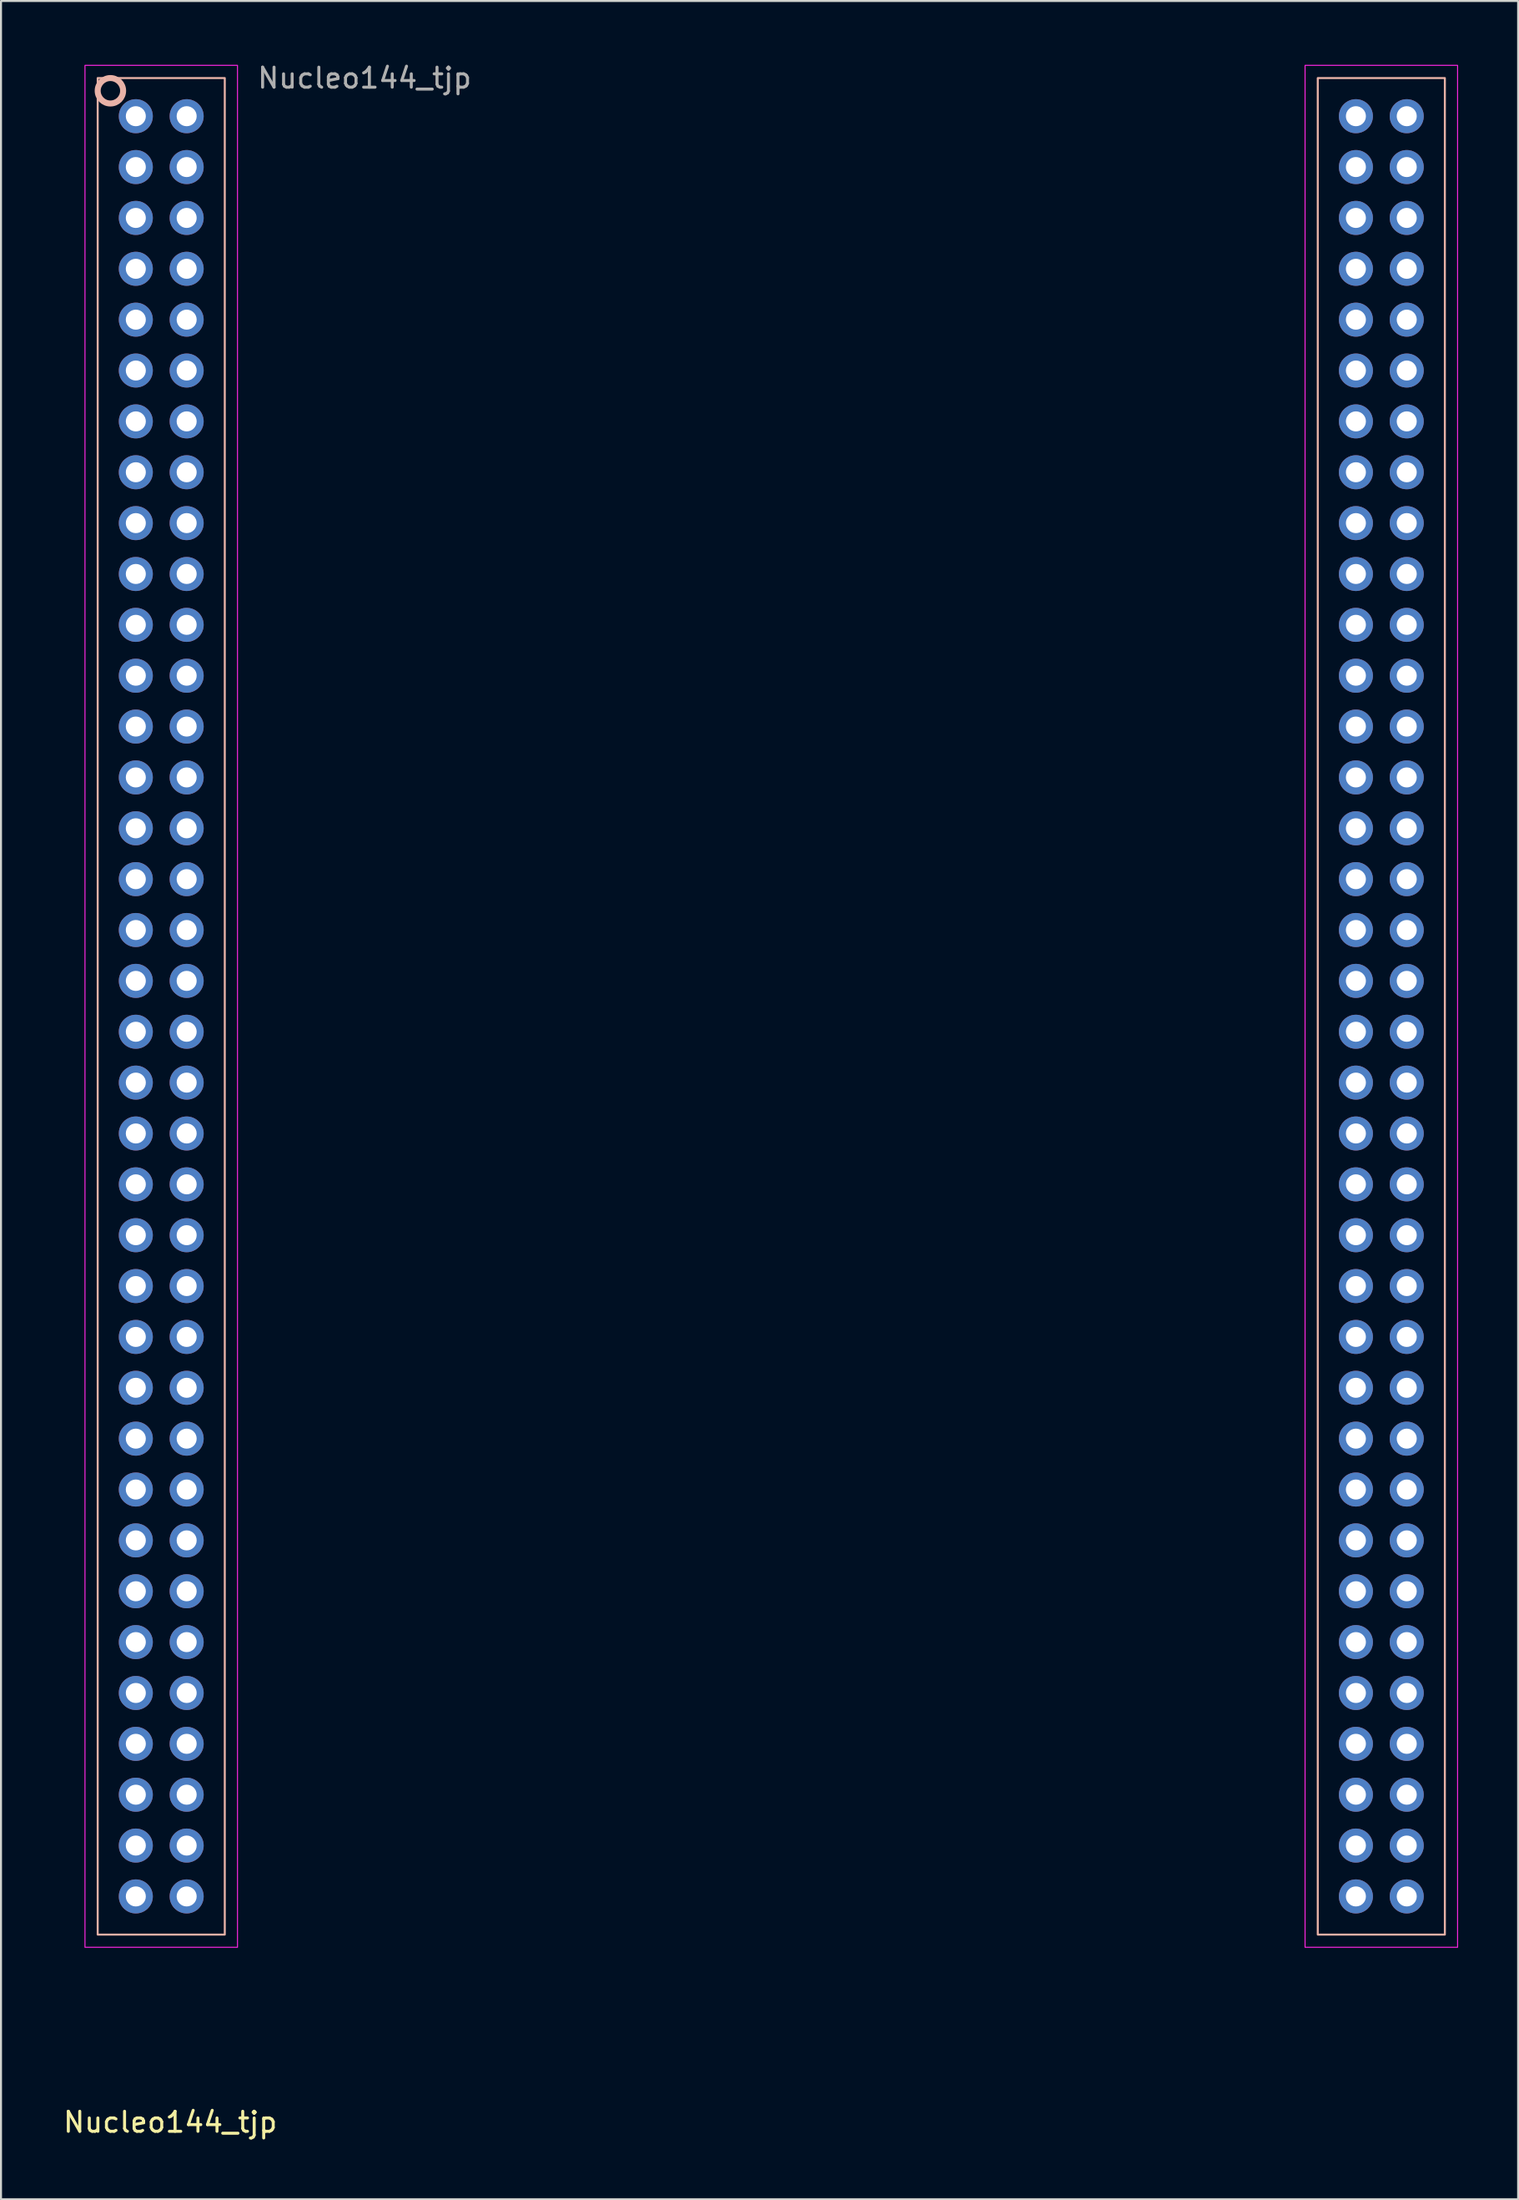
<source format=kicad_pcb>
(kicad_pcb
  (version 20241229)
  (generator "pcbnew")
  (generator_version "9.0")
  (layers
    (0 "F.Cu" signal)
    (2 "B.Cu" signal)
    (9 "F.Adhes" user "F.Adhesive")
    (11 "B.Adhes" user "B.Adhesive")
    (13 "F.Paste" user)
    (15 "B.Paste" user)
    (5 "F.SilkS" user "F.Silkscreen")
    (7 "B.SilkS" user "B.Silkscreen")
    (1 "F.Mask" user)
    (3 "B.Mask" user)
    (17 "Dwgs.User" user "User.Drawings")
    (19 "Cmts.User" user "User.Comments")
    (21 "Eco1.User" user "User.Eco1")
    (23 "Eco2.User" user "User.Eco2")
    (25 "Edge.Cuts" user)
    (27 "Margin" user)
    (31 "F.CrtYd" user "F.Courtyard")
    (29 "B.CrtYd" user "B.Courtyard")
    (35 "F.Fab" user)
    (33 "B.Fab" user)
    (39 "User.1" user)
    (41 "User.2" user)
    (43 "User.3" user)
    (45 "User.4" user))
  (footprint "Nucleo144_tjp"
    (layer "F.Cu")
    (at 3.736 2.753)
    (property "Reference" "Nucleo144_tjp" (at 1.723 100.174 180) (layer "F.SilkS") (effects (font (size 1 1) (thickness 0.15))))
    (attr through_hole)
    (fp_rect (start -1.905 -1.905) (end 4.445 90.805) (stroke (width 0.1) (type default)) (fill no) (layer "B.SilkS"))
    (fp_rect (start 59.055 -1.905) (end 65.405 90.805) (stroke (width 0.1) (type default)) (fill no) (layer "B.SilkS"))
    (fp_circle (center -1.27 -1.27) (end -0.635 -1.27) (stroke (width 0.3) (type default)) (fill no) (layer "B.SilkS"))
    (fp_rect (start -2.54 -2.54) (end 5.08 91.44) (stroke (width 0.05) (type default)) (fill no) (layer "F.CrtYd"))
    (fp_rect (start 58.42 -2.54) (end 66.04 91.44) (stroke (width 0.05) (type default)) (fill no) (layer "F.CrtYd"))
    (fp_text user "${REFERENCE}" (at 11.43 -1.905 180) (layer "F.Fab") (effects (font (size 1 1) (thickness 0.15))))
    (pad "1" thru_hole circle (at 0 0) (size 1.7 1.7) (drill 1) (layers "*.Cu" "*.Mask"))
    (pad "2" thru_hole circle (at 2.54 0) (size 1.7 1.7) (drill 1) (layers "*.Cu" "*.Mask"))
    (pad "3" thru_hole circle (at 0 2.54) (size 1.7 1.7) (drill 1) (layers "*.Cu" "*.Mask"))
    (pad "4" thru_hole circle (at 2.54 2.54) (size 1.7 1.7) (drill 1) (layers "*.Cu" "*.Mask"))
    (pad "5" thru_hole circle (at 0 5.08) (size 1.7 1.7) (drill 1) (layers "*.Cu" "*.Mask"))
    (pad "6" thru_hole circle (at 2.54 5.08) (size 1.7 1.7) (drill 1) (layers "*.Cu" "*.Mask"))
    (pad "7" thru_hole circle (at 0 7.62) (size 1.7 1.7) (drill 1) (layers "*.Cu" "*.Mask"))
    (pad "8" thru_hole circle (at 2.54 7.62) (size 1.7 1.7) (drill 1) (layers "*.Cu" "*.Mask"))
    (pad "9" thru_hole circle (at 0 10.16) (size 1.7 1.7) (drill 1) (layers "*.Cu" "*.Mask"))
    (pad "10" thru_hole circle (at 2.54 10.16) (size 1.7 1.7) (drill 1) (layers "*.Cu" "*.Mask"))
    (pad "11" thru_hole circle (at 0 12.7) (size 1.7 1.7) (drill 1) (layers "*.Cu" "*.Mask"))
    (pad "12" thru_hole circle (at 2.54 12.7) (size 1.7 1.7) (drill 1) (layers "*.Cu" "*.Mask"))
    (pad "13" thru_hole circle (at 0 15.24) (size 1.7 1.7) (drill 1) (layers "*.Cu" "*.Mask"))
    (pad "14" thru_hole circle (at 2.54 15.24) (size 1.7 1.7) (drill 1) (layers "*.Cu" "*.Mask"))
    (pad "15" thru_hole circle (at 0 17.78) (size 1.7 1.7) (drill 1) (layers "*.Cu" "*.Mask"))
    (pad "16" thru_hole circle (at 2.54 17.78) (size 1.7 1.7) (drill 1) (layers "*.Cu" "*.Mask"))
    (pad "17" thru_hole circle (at 0 20.32) (size 1.7 1.7) (drill 1) (layers "*.Cu" "*.Mask"))
    (pad "18" thru_hole circle (at 2.54 20.32) (size 1.7 1.7) (drill 1) (layers "*.Cu" "*.Mask"))
    (pad "19" thru_hole circle (at 0 22.86) (size 1.7 1.7) (drill 1) (layers "*.Cu" "*.Mask"))
    (pad "20" thru_hole circle (at 2.54 22.86) (size 1.7 1.7) (drill 1) (layers "*.Cu" "*.Mask"))
    (pad "21" thru_hole circle (at 0 25.4) (size 1.7 1.7) (drill 1) (layers "*.Cu" "*.Mask"))
    (pad "22" thru_hole circle (at 2.54 25.4) (size 1.7 1.7) (drill 1) (layers "*.Cu" "*.Mask"))
    (pad "23" thru_hole circle (at 0 27.94) (size 1.7 1.7) (drill 1) (layers "*.Cu" "*.Mask"))
    (pad "24" thru_hole circle (at 2.54 27.94) (size 1.7 1.7) (drill 1) (layers "*.Cu" "*.Mask"))
    (pad "25" thru_hole circle (at 0 30.48) (size 1.7 1.7) (drill 1) (layers "*.Cu" "*.Mask"))
    (pad "26" thru_hole circle (at 2.54 30.48) (size 1.7 1.7) (drill 1) (layers "*.Cu" "*.Mask"))
    (pad "27" thru_hole circle (at 0 33.02) (size 1.7 1.7) (drill 1) (layers "*.Cu" "*.Mask"))
    (pad "28" thru_hole circle (at 2.54 33.02) (size 1.7 1.7) (drill 1) (layers "*.Cu" "*.Mask"))
    (pad "29" thru_hole circle (at 0 35.56) (size 1.7 1.7) (drill 1) (layers "*.Cu" "*.Mask"))
    (pad "30" thru_hole circle (at 2.54 35.56) (size 1.7 1.7) (drill 1) (layers "*.Cu" "*.Mask"))
    (pad "31" thru_hole circle (at 0 38.1) (size 1.7 1.7) (drill 1) (layers "*.Cu" "*.Mask"))
    (pad "32" thru_hole circle (at 2.54 38.1) (size 1.7 1.7) (drill 1) (layers "*.Cu" "*.Mask"))
    (pad "33" thru_hole circle (at 0 40.64) (size 1.7 1.7) (drill 1) (layers "*.Cu" "*.Mask"))
    (pad "34" thru_hole circle (at 2.54 40.64) (size 1.7 1.7) (drill 1) (layers "*.Cu" "*.Mask"))
    (pad "35" thru_hole circle (at 0 43.18) (size 1.7 1.7) (drill 1) (layers "*.Cu" "*.Mask"))
    (pad "36" thru_hole circle (at 2.54 43.18) (size 1.7 1.7) (drill 1) (layers "*.Cu" "*.Mask"))
    (pad "37" thru_hole circle (at 0 45.72) (size 1.7 1.7) (drill 1) (layers "*.Cu" "*.Mask"))
    (pad "38" thru_hole circle (at 2.54 45.72) (size 1.7 1.7) (drill 1) (layers "*.Cu" "*.Mask"))
    (pad "39" thru_hole circle (at 0 48.26) (size 1.7 1.7) (drill 1) (layers "*.Cu" "*.Mask"))
    (pad "40" thru_hole circle (at 2.54 48.26) (size 1.7 1.7) (drill 1) (layers "*.Cu" "*.Mask"))
    (pad "41" thru_hole circle (at 0 50.8) (size 1.7 1.7) (drill 1) (layers "*.Cu" "*.Mask"))
    (pad "42" thru_hole circle (at 2.54 50.8) (size 1.7 1.7) (drill 1) (layers "*.Cu" "*.Mask"))
    (pad "43" thru_hole circle (at 0 53.34) (size 1.7 1.7) (drill 1) (layers "*.Cu" "*.Mask"))
    (pad "44" thru_hole circle (at 2.54 53.34) (size 1.7 1.7) (drill 1) (layers "*.Cu" "*.Mask"))
    (pad "45" thru_hole circle (at 0 55.88) (size 1.7 1.7) (drill 1) (layers "*.Cu" "*.Mask"))
    (pad "46" thru_hole circle (at 2.54 55.88) (size 1.7 1.7) (drill 1) (layers "*.Cu" "*.Mask"))
    (pad "47" thru_hole circle (at 0 58.42) (size 1.7 1.7) (drill 1) (layers "*.Cu" "*.Mask"))
    (pad "48" thru_hole circle (at 2.54 58.42) (size 1.7 1.7) (drill 1) (layers "*.Cu" "*.Mask"))
    (pad "49" thru_hole circle (at 0 60.96) (size 1.7 1.7) (drill 1) (layers "*.Cu" "*.Mask"))
    (pad "50" thru_hole circle (at 2.54 60.96) (size 1.7 1.7) (drill 1) (layers "*.Cu" "*.Mask"))
    (pad "51" thru_hole circle (at 0 63.5) (size 1.7 1.7) (drill 1) (layers "*.Cu" "*.Mask"))
    (pad "52" thru_hole circle (at 2.54 63.5) (size 1.7 1.7) (drill 1) (layers "*.Cu" "*.Mask"))
    (pad "53" thru_hole circle (at 0 66.04) (size 1.7 1.7) (drill 1) (layers "*.Cu" "*.Mask"))
    (pad "54" thru_hole circle (at 2.54 66.04) (size 1.7 1.7) (drill 1) (layers "*.Cu" "*.Mask"))
    (pad "55" thru_hole circle (at 0 68.58) (size 1.7 1.7) (drill 1) (layers "*.Cu" "*.Mask"))
    (pad "56" thru_hole circle (at 2.54 68.58) (size 1.7 1.7) (drill 1) (layers "*.Cu" "*.Mask"))
    (pad "57" thru_hole circle (at 0 71.12) (size 1.7 1.7) (drill 1) (layers "*.Cu" "*.Mask"))
    (pad "58" thru_hole circle (at 2.54 71.12) (size 1.7 1.7) (drill 1) (layers "*.Cu" "*.Mask"))
    (pad "59" thru_hole circle (at 0 73.66) (size 1.7 1.7) (drill 1) (layers "*.Cu" "*.Mask"))
    (pad "60" thru_hole circle (at 2.54 73.66) (size 1.7 1.7) (drill 1) (layers "*.Cu" "*.Mask"))
    (pad "61" thru_hole circle (at 0 76.2) (size 1.7 1.7) (drill 1) (layers "*.Cu" "*.Mask"))
    (pad "62" thru_hole circle (at 2.54 76.2) (size 1.7 1.7) (drill 1) (layers "*.Cu" "*.Mask"))
    (pad "63" thru_hole circle (at 0 78.74) (size 1.7 1.7) (drill 1) (layers "*.Cu" "*.Mask"))
    (pad "64" thru_hole circle (at 2.54 78.74) (size 1.7 1.7) (drill 1) (layers "*.Cu" "*.Mask"))
    (pad "65" thru_hole circle (at 0 81.28) (size 1.7 1.7) (drill 1) (layers "*.Cu" "*.Mask"))
    (pad "66" thru_hole circle (at 2.54 81.28) (size 1.7 1.7) (drill 1) (layers "*.Cu" "*.Mask"))
    (pad "67" thru_hole circle (at 0 83.82) (size 1.7 1.7) (drill 1) (layers "*.Cu" "*.Mask"))
    (pad "68" thru_hole circle (at 2.54 83.82) (size 1.7 1.7) (drill 1) (layers "*.Cu" "*.Mask"))
    (pad "69" thru_hole circle (at 0 86.36) (size 1.7 1.7) (drill 1) (layers "*.Cu" "*.Mask"))
    (pad "70" thru_hole circle (at 2.54 86.36) (size 1.7 1.7) (drill 1) (layers "*.Cu" "*.Mask"))
    (pad "71" thru_hole circle (at 0 88.9) (size 1.7 1.7) (drill 1) (layers "*.Cu" "*.Mask"))
    (pad "72" thru_hole circle (at 2.54 88.9) (size 1.7 1.7) (drill 1) (layers "*.Cu" "*.Mask"))
    (pad "73" thru_hole circle (at 60.96 0) (size 1.7 1.7) (drill 1) (layers "*.Cu" "*.Mask"))
    (pad "74" thru_hole circle (at 63.5 0) (size 1.7 1.7) (drill 1) (layers "*.Cu" "*.Mask"))
    (pad "75" thru_hole circle (at 60.96 2.54) (size 1.7 1.7) (drill 1) (layers "*.Cu" "*.Mask"))
    (pad "76" thru_hole circle (at 63.5 2.54) (size 1.7 1.7) (drill 1) (layers "*.Cu" "*.Mask"))
    (pad "77" thru_hole circle (at 60.96 5.08) (size 1.7 1.7) (drill 1) (layers "*.Cu" "*.Mask"))
    (pad "78" thru_hole circle (at 63.5 5.08) (size 1.7 1.7) (drill 1) (layers "*.Cu" "*.Mask"))
    (pad "79" thru_hole circle (at 60.96 7.62) (size 1.7 1.7) (drill 1) (layers "*.Cu" "*.Mask"))
    (pad "80" thru_hole circle (at 63.5 7.62) (size 1.7 1.7) (drill 1) (layers "*.Cu" "*.Mask"))
    (pad "81" thru_hole circle (at 60.96 10.16) (size 1.7 1.7) (drill 1) (layers "*.Cu" "*.Mask"))
    (pad "82" thru_hole circle (at 63.5 10.16) (size 1.7 1.7) (drill 1) (layers "*.Cu" "*.Mask"))
    (pad "83" thru_hole circle (at 60.96 12.7) (size 1.7 1.7) (drill 1) (layers "*.Cu" "*.Mask"))
    (pad "84" thru_hole circle (at 63.5 12.7) (size 1.7 1.7) (drill 1) (layers "*.Cu" "*.Mask"))
    (pad "85" thru_hole circle (at 60.96 15.24) (size 1.7 1.7) (drill 1) (layers "*.Cu" "*.Mask"))
    (pad "86" thru_hole circle (at 63.5 15.24) (size 1.7 1.7) (drill 1) (layers "*.Cu" "*.Mask"))
    (pad "87" thru_hole circle (at 60.96 17.78) (size 1.7 1.7) (drill 1) (layers "*.Cu" "*.Mask"))
    (pad "88" thru_hole circle (at 63.5 17.78) (size 1.7 1.7) (drill 1) (layers "*.Cu" "*.Mask"))
    (pad "89" thru_hole circle (at 60.96 20.32) (size 1.7 1.7) (drill 1) (layers "*.Cu" "*.Mask"))
    (pad "90" thru_hole circle (at 63.5 20.32) (size 1.7 1.7) (drill 1) (layers "*.Cu" "*.Mask"))
    (pad "91" thru_hole circle (at 60.96 22.86) (size 1.7 1.7) (drill 1) (layers "*.Cu" "*.Mask"))
    (pad "92" thru_hole circle (at 63.5 22.86) (size 1.7 1.7) (drill 1) (layers "*.Cu" "*.Mask"))
    (pad "93" thru_hole circle (at 60.96 25.4) (size 1.7 1.7) (drill 1) (layers "*.Cu" "*.Mask"))
    (pad "94" thru_hole circle (at 63.5 25.4) (size 1.7 1.7) (drill 1) (layers "*.Cu" "*.Mask"))
    (pad "95" thru_hole circle (at 60.96 27.94) (size 1.7 1.7) (drill 1) (layers "*.Cu" "*.Mask"))
    (pad "96" thru_hole circle (at 63.5 27.94) (size 1.7 1.7) (drill 1) (layers "*.Cu" "*.Mask"))
    (pad "97" thru_hole circle (at 60.96 30.48) (size 1.7 1.7) (drill 1) (layers "*.Cu" "*.Mask"))
    (pad "98" thru_hole circle (at 63.5 30.48) (size 1.7 1.7) (drill 1) (layers "*.Cu" "*.Mask"))
    (pad "99" thru_hole circle (at 60.96 33.02) (size 1.7 1.7) (drill 1) (layers "*.Cu" "*.Mask"))
    (pad "100" thru_hole circle (at 63.5 33.02) (size 1.7 1.7) (drill 1) (layers "*.Cu" "*.Mask"))
    (pad "101" thru_hole circle (at 60.96 35.56) (size 1.7 1.7) (drill 1) (layers "*.Cu" "*.Mask"))
    (pad "102" thru_hole circle (at 63.5 35.56) (size 1.7 1.7) (drill 1) (layers "*.Cu" "*.Mask"))
    (pad "103" thru_hole circle (at 60.96 38.1) (size 1.7 1.7) (drill 1) (layers "*.Cu" "*.Mask"))
    (pad "104" thru_hole circle (at 63.5 38.1) (size 1.7 1.7) (drill 1) (layers "*.Cu" "*.Mask"))
    (pad "105" thru_hole circle (at 60.96 40.64) (size 1.7 1.7) (drill 1) (layers "*.Cu" "*.Mask"))
    (pad "106" thru_hole circle (at 63.5 40.64) (size 1.7 1.7) (drill 1) (layers "*.Cu" "*.Mask"))
    (pad "107" thru_hole circle (at 60.96 43.18) (size 1.7 1.7) (drill 1) (layers "*.Cu" "*.Mask"))
    (pad "108" thru_hole circle (at 63.5 43.18) (size 1.7 1.7) (drill 1) (layers "*.Cu" "*.Mask"))
    (pad "109" thru_hole circle (at 60.96 45.72) (size 1.7 1.7) (drill 1) (layers "*.Cu" "*.Mask"))
    (pad "110" thru_hole circle (at 63.5 45.72) (size 1.7 1.7) (drill 1) (layers "*.Cu" "*.Mask"))
    (pad "111" thru_hole circle (at 60.96 48.26) (size 1.7 1.7) (drill 1) (layers "*.Cu" "*.Mask"))
    (pad "112" thru_hole circle (at 63.5 48.26) (size 1.7 1.7) (drill 1) (layers "*.Cu" "*.Mask"))
    (pad "113" thru_hole circle (at 60.96 50.8) (size 1.7 1.7) (drill 1) (layers "*.Cu" "*.Mask"))
    (pad "114" thru_hole circle (at 63.5 50.8) (size 1.7 1.7) (drill 1) (layers "*.Cu" "*.Mask"))
    (pad "115" thru_hole circle (at 60.96 53.34) (size 1.7 1.7) (drill 1) (layers "*.Cu" "*.Mask"))
    (pad "116" thru_hole circle (at 63.5 53.34) (size 1.7 1.7) (drill 1) (layers "*.Cu" "*.Mask"))
    (pad "117" thru_hole circle (at 60.96 55.88) (size 1.7 1.7) (drill 1) (layers "*.Cu" "*.Mask"))
    (pad "118" thru_hole circle (at 63.5 55.88) (size 1.7 1.7) (drill 1) (layers "*.Cu" "*.Mask"))
    (pad "119" thru_hole circle (at 60.96 58.42) (size 1.7 1.7) (drill 1) (layers "*.Cu" "*.Mask"))
    (pad "120" thru_hole circle (at 63.5 58.42) (size 1.7 1.7) (drill 1) (layers "*.Cu" "*.Mask"))
    (pad "121" thru_hole circle (at 60.96 60.96) (size 1.7 1.7) (drill 1) (layers "*.Cu" "*.Mask"))
    (pad "122" thru_hole circle (at 63.5 60.96) (size 1.7 1.7) (drill 1) (layers "*.Cu" "*.Mask"))
    (pad "123" thru_hole circle (at 60.96 63.5) (size 1.7 1.7) (drill 1) (layers "*.Cu" "*.Mask"))
    (pad "124" thru_hole circle (at 63.5 63.5) (size 1.7 1.7) (drill 1) (layers "*.Cu" "*.Mask"))
    (pad "125" thru_hole circle (at 60.96 66.04) (size 1.7 1.7) (drill 1) (layers "*.Cu" "*.Mask"))
    (pad "126" thru_hole circle (at 63.5 66.04) (size 1.7 1.7) (drill 1) (layers "*.Cu" "*.Mask"))
    (pad "127" thru_hole circle (at 60.96 68.58) (size 1.7 1.7) (drill 1) (layers "*.Cu" "*.Mask"))
    (pad "128" thru_hole circle (at 63.5 68.58) (size 1.7 1.7) (drill 1) (layers "*.Cu" "*.Mask"))
    (pad "129" thru_hole circle (at 60.96 71.12) (size 1.7 1.7) (drill 1) (layers "*.Cu" "*.Mask"))
    (pad "130" thru_hole circle (at 63.5 71.12) (size 1.7 1.7) (drill 1) (layers "*.Cu" "*.Mask"))
    (pad "131" thru_hole circle (at 60.96 73.66) (size 1.7 1.7) (drill 1) (layers "*.Cu" "*.Mask"))
    (pad "132" thru_hole circle (at 63.5 73.66) (size 1.7 1.7) (drill 1) (layers "*.Cu" "*.Mask"))
    (pad "133" thru_hole circle (at 60.96 76.2) (size 1.7 1.7) (drill 1) (layers "*.Cu" "*.Mask"))
    (pad "134" thru_hole circle (at 63.5 76.2) (size 1.7 1.7) (drill 1) (layers "*.Cu" "*.Mask"))
    (pad "135" thru_hole circle (at 60.96 78.74) (size 1.7 1.7) (drill 1) (layers "*.Cu" "*.Mask"))
    (pad "136" thru_hole circle (at 63.5 78.74) (size 1.7 1.7) (drill 1) (layers "*.Cu" "*.Mask"))
    (pad "137" thru_hole circle (at 60.96 81.28) (size 1.7 1.7) (drill 1) (layers "*.Cu" "*.Mask"))
    (pad "138" thru_hole circle (at 63.5 81.28) (size 1.7 1.7) (drill 1) (layers "*.Cu" "*.Mask"))
    (pad "139" thru_hole circle (at 60.96 83.82) (size 1.7 1.7) (drill 1) (layers "*.Cu" "*.Mask"))
    (pad "140" thru_hole circle (at 63.5 83.82) (size 1.7 1.7) (drill 1) (layers "*.Cu" "*.Mask"))
    (pad "141" thru_hole circle (at 60.96 86.36) (size 1.7 1.7) (drill 1) (layers "*.Cu" "*.Mask"))
    (pad "142" thru_hole circle (at 63.5 86.36) (size 1.7 1.7) (drill 1) (layers "*.Cu" "*.Mask"))
    (pad "143" thru_hole circle (at 60.96 88.9) (size 1.7 1.7) (drill 1) (layers "*.Cu" "*.Mask"))
    (pad "144" thru_hole circle (at 63.5 88.9) (size 1.7 1.7) (drill 1) (layers "*.Cu" "*.Mask")))
  (gr_rect
    (start -3 -3)
    (end 72.801 106.775)
    (stroke (width 0.1) (type default))
    (fill no)
    (layer "Edge.Cuts")))
</source>
